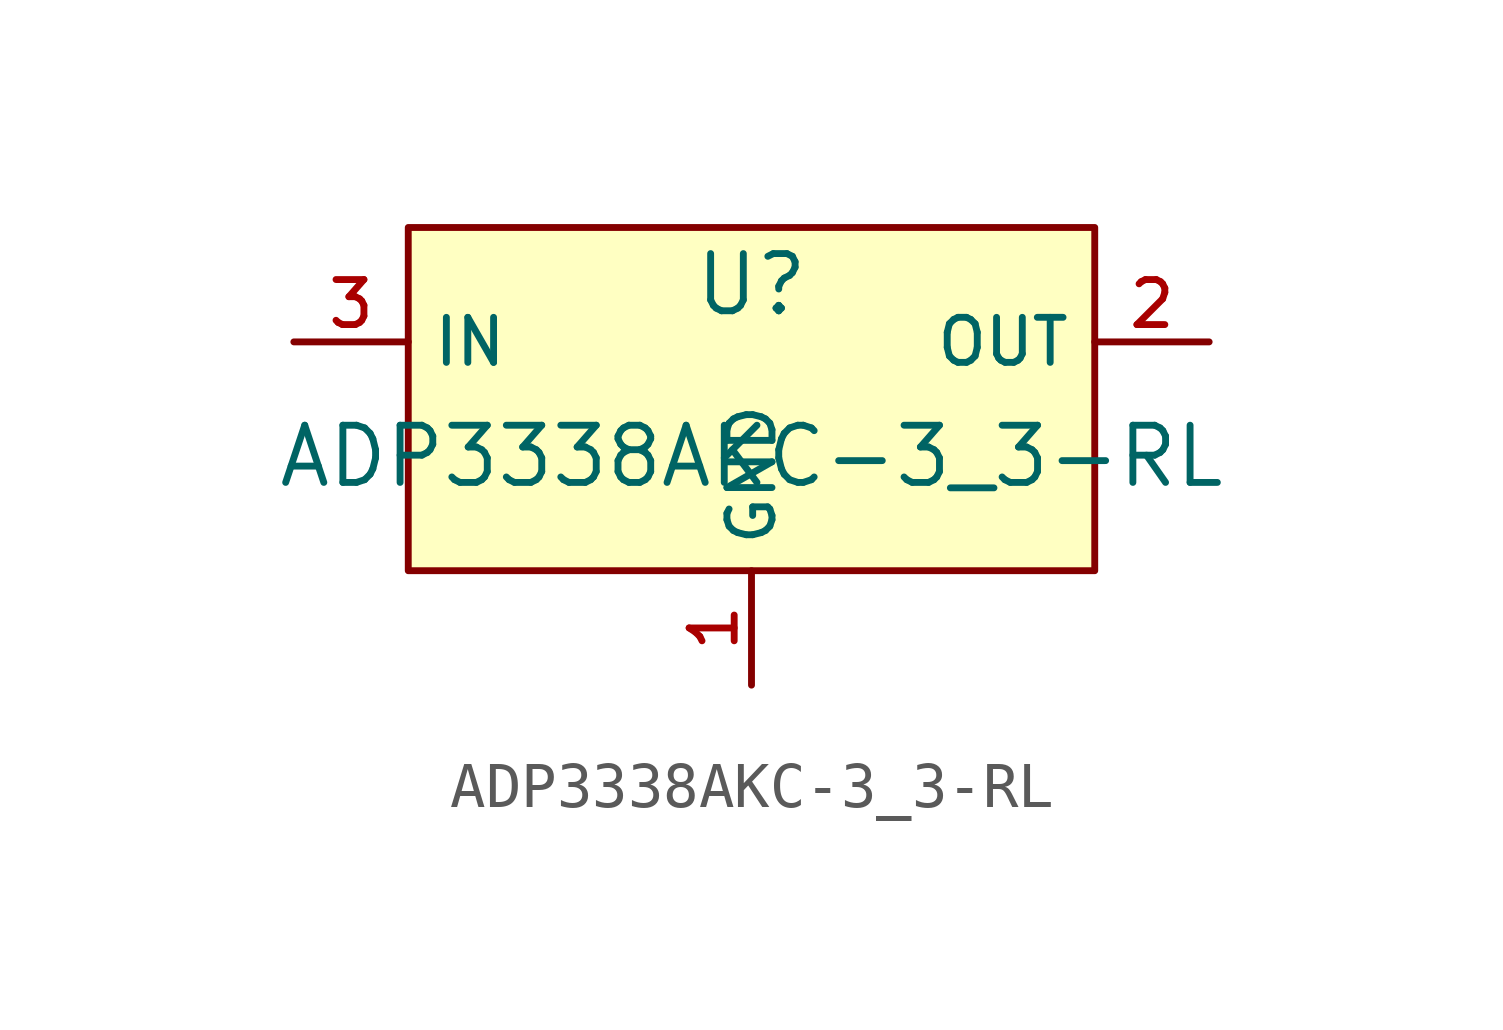
<source format=kicad_sym>
(kicad_symbol_lib
  (version 20210201)
  (generator TousstNicolas/JLC2KiCad_lib)
  (symbol "ADP3338AKC-3_3-RL"
    (property "Reference" "U"
      (at 0 1.27 0)
      (effects (font (size 1.27 1.27))))
    (property "Value" "ADP3338AKC-3_3-RL"
      (at 0 -2.54 0)
      (effects (font (size 1.27 1.27))))
    (symbol "ADP3338AKC-3_3-RL_0_1"
      (rectangle (start -7.62 2.54) (end 7.62 -5.08) (stroke (width 0) (type default) (color 0 0 0 0)) (fill (type background)))
      (pin unspecified line (at 0.0 -7.62 90) (length 2.54) (name "GND" (effects (font (size 1 1)))) (number "1" (effects (font (size 1 1)))))
      (pin unspecified line (at 10.16 -0.0 180) (length 2.54) (name "OUT" (effects (font (size 1 1)))) (number "2" (effects (font (size 1 1)))))
      (pin unspecified line (at -10.16 -0.0 0) (length 2.54) (name "IN" (effects (font (size 1 1)))) (number "3" (effects (font (size 1 1))))))))
</source>
